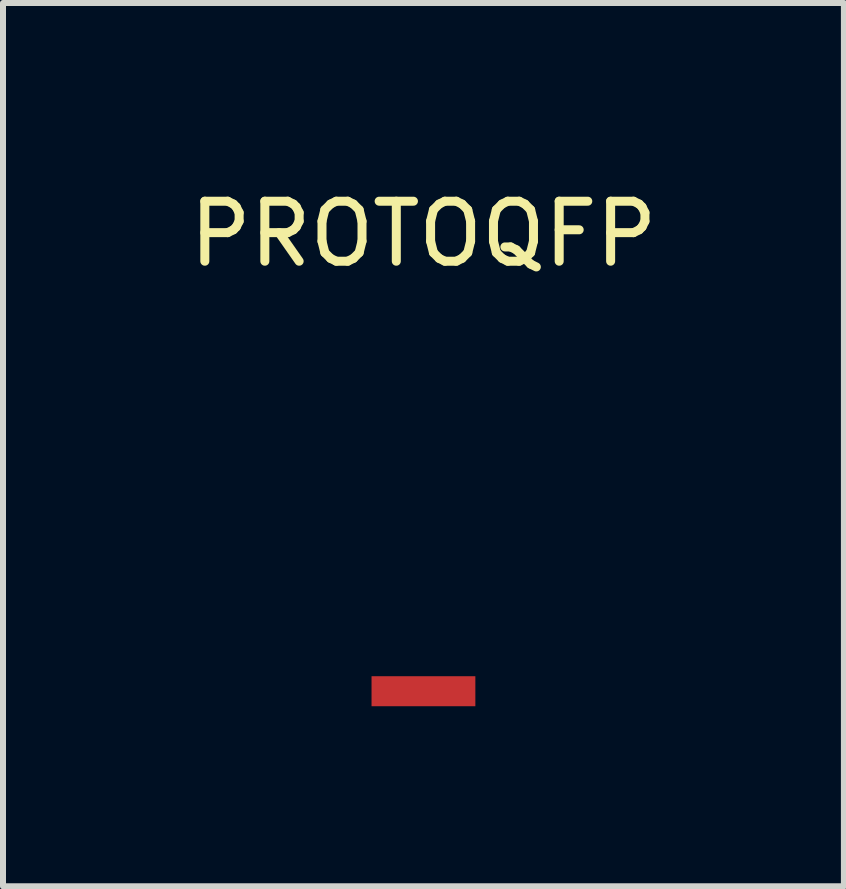
<source format=kicad_pcb>
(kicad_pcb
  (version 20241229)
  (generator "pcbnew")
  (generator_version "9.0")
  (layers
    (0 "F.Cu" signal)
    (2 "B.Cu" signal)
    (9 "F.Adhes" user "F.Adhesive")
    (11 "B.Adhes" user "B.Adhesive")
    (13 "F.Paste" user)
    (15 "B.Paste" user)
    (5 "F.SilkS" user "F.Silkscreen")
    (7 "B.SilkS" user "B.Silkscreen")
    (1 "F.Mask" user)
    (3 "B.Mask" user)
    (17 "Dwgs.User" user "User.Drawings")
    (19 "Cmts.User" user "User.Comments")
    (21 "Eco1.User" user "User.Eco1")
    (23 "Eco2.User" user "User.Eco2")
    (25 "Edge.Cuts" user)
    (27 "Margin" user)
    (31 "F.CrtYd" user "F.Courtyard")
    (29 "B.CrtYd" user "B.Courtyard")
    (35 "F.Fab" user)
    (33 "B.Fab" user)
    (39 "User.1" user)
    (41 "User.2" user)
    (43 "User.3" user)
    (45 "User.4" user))
  (footprint "PROTOQFP"
    (layer "F.Cu")
    (at 4.006 8.468)
    (property "Reference" "PROTOQFP" (at 0 -7.62 0) (layer "F.SilkS") (effects (font (size 1 1) (thickness 0.15))))
    (attr through_hole)
    (pad "1" smd rect (at 0 0) (size 1.73 0.5) (layers "F.Cu" "F.Mask" "F.Paste")))
  (gr_rect
    (start -3 -3)
    (end 11.012 11.718)
    (stroke (width 0.1) (type default))
    (fill no)
    (layer "Edge.Cuts")))
</source>
